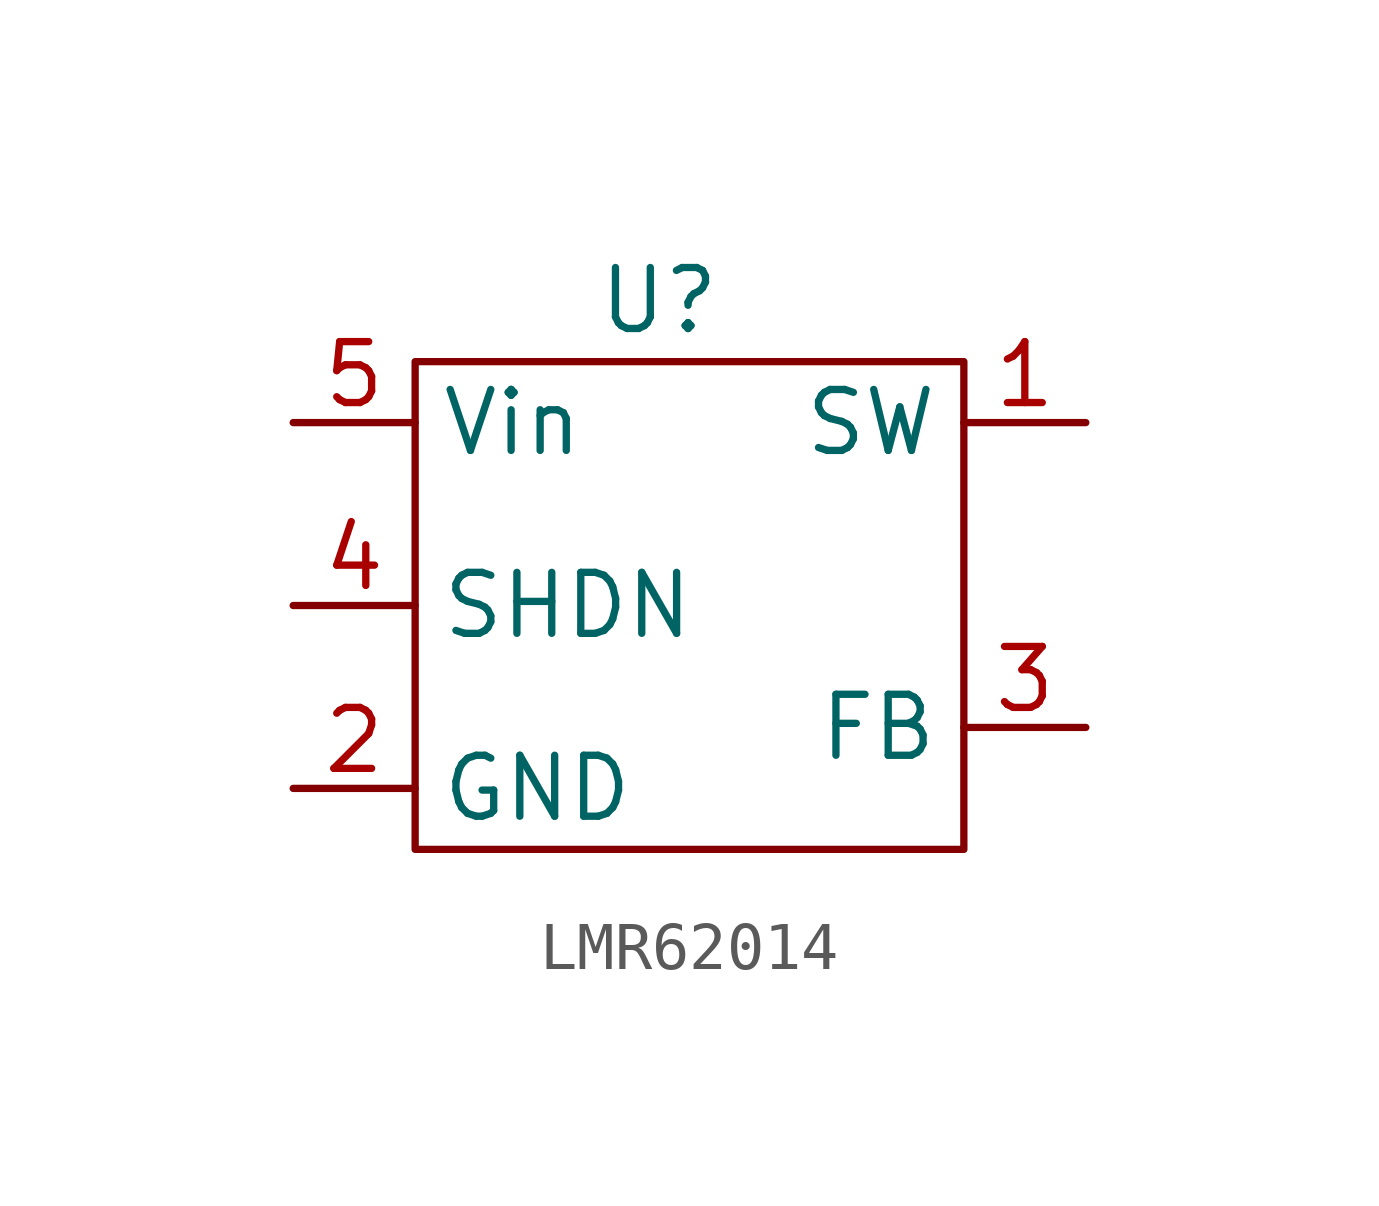
<source format=kicad_sym>
(kicad_symbol_lib
  (version 20220914)
  (generator kicad_symbol_editor)
  (symbol "LMR62014"
    (property "Reference" "U"
      (at 0 0 0)
      (effects (font (size 1.27 1.27))))
    (property "Value" ""
      (at 0 0 0)
      (effects (font (size 1.27 1.27))))
    (symbol "LMR62014_0_1"
      (rectangle (start -5.08 -1.27) (end 6.35 -11.43) (stroke (width 0) (type default)) (fill (type none))))
    (symbol "LMR62014_1_1"
      (pin output line (at 8.89 -2.54 180) (length 2.54) (name "SW" (effects (font (size 1.27 1.27)))) (number "1" (effects (font (size 1.27 1.27)))))
      (pin power_in line (at -7.62 -10.16 0) (length 2.54) (name "GND" (effects (font (size 1.27 1.27)))) (number "2" (effects (font (size 1.27 1.27)))))
      (pin unspecified line (at 8.89 -8.89 180) (length 2.54) (name "FB" (effects (font (size 1.27 1.27)))) (number "3" (effects (font (size 1.27 1.27)))))
      (pin input line (at -7.62 -6.35 0) (length 2.54) (name "SHDN" (effects (font (size 1.27 1.27)))) (number "4" (effects (font (size 1.27 1.27)))))
      (pin power_in line (at -7.62 -2.54 0) (length 2.54) (name "Vin" (effects (font (size 1.27 1.27)))) (number "5" (effects (font (size 1.27 1.27))))))))
</source>
